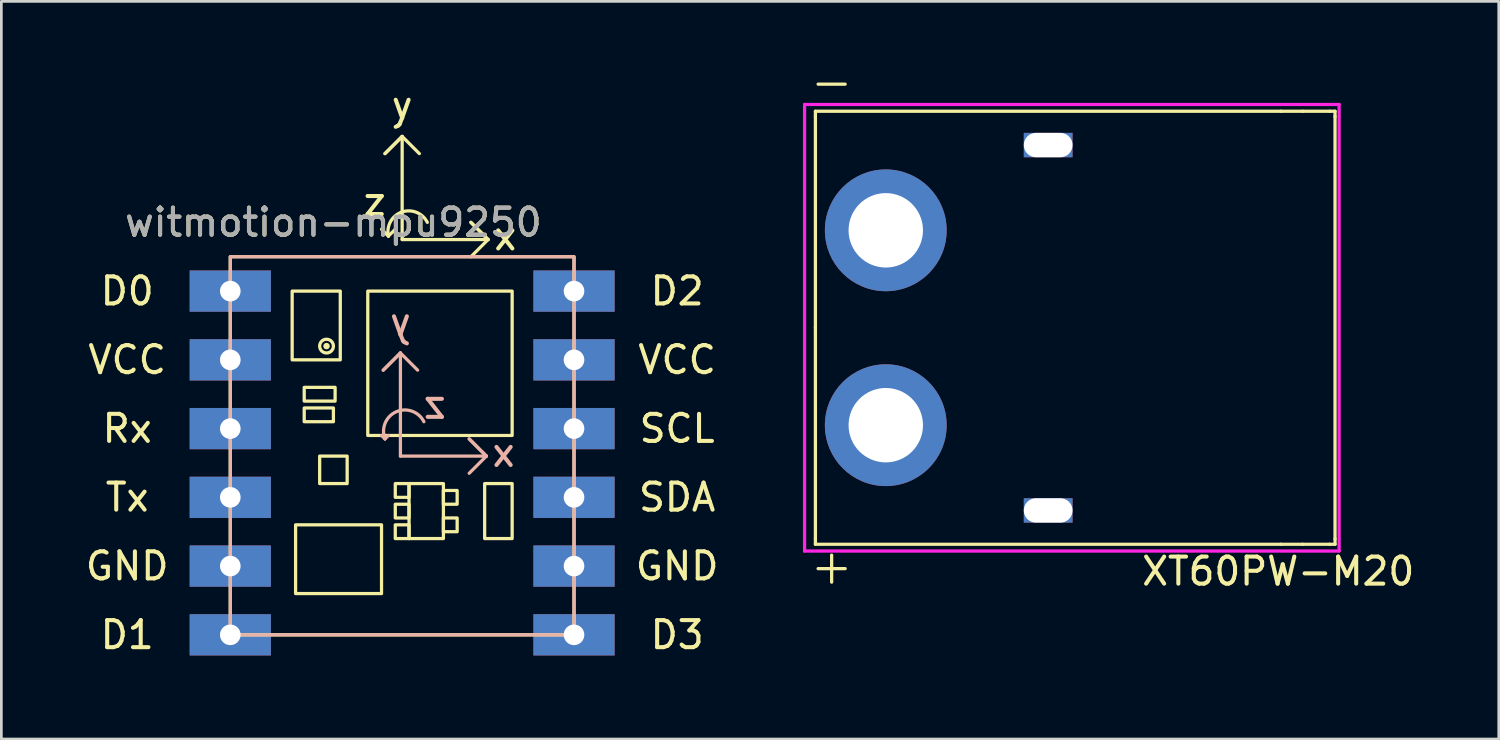
<source format=kicad_pcb>
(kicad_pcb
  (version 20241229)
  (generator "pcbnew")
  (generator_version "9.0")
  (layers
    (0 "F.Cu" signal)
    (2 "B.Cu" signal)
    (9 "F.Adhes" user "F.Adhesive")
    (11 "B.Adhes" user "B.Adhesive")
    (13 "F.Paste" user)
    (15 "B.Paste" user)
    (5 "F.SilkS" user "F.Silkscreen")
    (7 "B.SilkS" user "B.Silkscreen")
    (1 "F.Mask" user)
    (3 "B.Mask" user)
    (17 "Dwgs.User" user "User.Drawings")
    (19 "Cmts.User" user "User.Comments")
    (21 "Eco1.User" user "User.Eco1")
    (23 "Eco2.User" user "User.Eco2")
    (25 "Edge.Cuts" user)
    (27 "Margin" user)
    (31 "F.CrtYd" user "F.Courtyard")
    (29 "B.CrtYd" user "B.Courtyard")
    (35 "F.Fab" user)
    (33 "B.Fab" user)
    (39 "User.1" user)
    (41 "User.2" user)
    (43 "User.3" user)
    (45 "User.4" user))
  (footprint "XT60PW-M20"
    (layer "F.Cu")
    (at 35.678 9.06)
    (property "Reference" "XT60PW-M20" (at 8.5 9 0) (layer "F.SilkS") (effects (font (size 1 1) (thickness 0.15))))
    (attr through_hole)
    (fp_line (start -8.6 -8) (end -8.6 -7.8) (stroke (width 0.12) (type solid)) (layer "F.SilkS"))
    (fp_line (start -8.6 -8) (end 8.6 -8) (stroke (width 0.12) (type solid)) (layer "F.SilkS"))
    (fp_line (start -8.6 0) (end -8.6 -7.8) (stroke (width 0.12) (type solid)) (layer "F.SilkS"))
    (fp_line (start -8.6 7.8) (end -8.6 0) (stroke (width 0.12) (type solid)) (layer "F.SilkS"))
    (fp_line (start -8.6 7.8) (end -8.6 8) (stroke (width 0.12) (type solid)) (layer "F.SilkS"))
    (fp_line (start -8.5 -9) (end -7.5 -9) (stroke (width 0.12) (type solid)) (layer "F.SilkS"))
    (fp_line (start -8.5 8.9) (end -7.5 8.9) (stroke (width 0.12) (type solid)) (layer "F.SilkS"))
    (fp_line (start -8 8.4) (end -8 9.4) (stroke (width 0.12) (type solid)) (layer "F.SilkS"))
    (fp_line (start 8.6 8) (end -8.6 8) (stroke (width 0.12) (type solid)) (layer "F.SilkS"))
    (fp_line (start 9.4 -8) (end 8.6 -8) (stroke (width 0.12) (type solid)) (layer "F.SilkS"))
    (fp_line (start 9.4 8) (end 8.6 8) (stroke (width 0.12) (type solid)) (layer "F.SilkS"))
    (fp_line (start 10.4 -8) (end 9.4 -8) (stroke (width 0.12) (type solid)) (layer "F.SilkS"))
    (fp_line (start 10.4 8) (end 9.4 8) (stroke (width 0.12) (type solid)) (layer "F.SilkS"))
    (fp_line (start 10.6 -8) (end 10.4 -8) (stroke (width 0.12) (type solid)) (layer "F.SilkS"))
    (fp_line (start 10.6 -8) (end 10.6 -7.8) (stroke (width 0.12) (type solid)) (layer "F.SilkS"))
    (fp_line (start 10.6 -7.8) (end 10.6 7.8) (stroke (width 0.12) (type solid)) (layer "F.SilkS"))
    (fp_line (start 10.6 7.8) (end 10.6 8) (stroke (width 0.12) (type solid)) (layer "F.SilkS"))
    (fp_line (start 10.6 8) (end 10.4 8) (stroke (width 0.12) (type solid)) (layer "F.SilkS"))
    (fp_line (start -9 -8.25) (end -9 8.25) (stroke (width 0.12) (type solid)) (layer "F.CrtYd"))
    (fp_line (start -9 8.25) (end 10.75 8.25) (stroke (width 0.12) (type solid)) (layer "F.CrtYd"))
    (fp_line (start 10.75 -8.25) (end -9 -8.25) (stroke (width 0.12) (type solid)) (layer "F.CrtYd"))
    (fp_line (start 10.75 8.25) (end 10.75 -8.25) (stroke (width 0.12) (type solid)) (layer "F.CrtYd"))
    (pad "" np_thru_hole rect (at 0 -6.75 90) (size 0.9 1.8) (drill oval 0.9 1.8) (layers "*.Cu" "*.Mask"))
    (pad "" np_thru_hole rect (at 0 6.75 90) (size 0.9 1.8) (drill oval 0.9 1.8) (layers "*.Cu" "*.Mask"))
    (pad "1" thru_hole circle (at -6 -3.6) (size 4.5 4.5) (drill 2.75) (layers "*.Cu" "*.Mask"))
    (pad "2" thru_hole circle (at -6 3.6) (size 4.5 4.5) (drill 2.75) (layers "*.Cu" "*.Mask")))
  (footprint "witmotion-mpu9250"
    (layer "F.Cu")
    (at 11.809 13.802)
    (property "Reference" "witmotion-mpu9250" (at -2.54 -8.636 0) (unlocked yes) (layer "F.SilkS") (effects (font (size 1 1) (thickness 0.15))))
    (attr through_hole)
    (fp_line (start -0.635 -11.176) (end 0 -11.811) (stroke (width 0.12) (type solid)) (layer "F.SilkS"))
    (fp_line (start -0.508 -8.128) (end -0.762 -8.382) (stroke (width 0.12) (type solid)) (layer "F.SilkS"))
    (fp_line (start -0.508 -8.128) (end -0.254 -8.382) (stroke (width 0.12) (type solid)) (layer "F.SilkS"))
    (fp_line (start 0 -11.811) (end -0.635 -11.176) (stroke (width 0.12) (type solid)) (layer "F.SilkS"))
    (fp_line (start 0 -11.811) (end 0 -8.001) (stroke (width 0.12) (type solid)) (layer "F.SilkS"))
    (fp_line (start 0 -11.811) (end 0.635 -11.176) (stroke (width 0.12) (type solid)) (layer "F.SilkS"))
    (fp_line (start 0 -8.001) (end 3.175 -8.001) (stroke (width 0.12) (type solid)) (layer "F.SilkS"))
    (fp_line (start 2.54 -8.636) (end 3.175 -8.001) (stroke (width 0.12) (type solid)) (layer "F.SilkS"))
    (fp_line (start 3.175 -8.001) (end 2.54 -8.636) (stroke (width 0.12) (type solid)) (layer "F.SilkS"))
    (fp_line (start 3.175 -8.001) (end 2.54 -7.366) (stroke (width 0.12) (type solid)) (layer "F.SilkS"))
    (fp_rect (start -6.35 -7.366) (end 6.35 6.604) (stroke (width 0.12) (type solid)) (fill no) (layer "F.SilkS"))
    (fp_rect (start -4.064 -6.096) (end -2.286 -3.556) (stroke (width 0.12) (type solid)) (fill no) (layer "F.SilkS"))
    (fp_rect (start -3.937 2.54) (end -0.762 5.08) (stroke (width 0.12) (type solid)) (fill no) (layer "F.SilkS"))
    (fp_rect (start -3.619 -2.54) (end -2.477 -2.032) (stroke (width 0.12) (type solid)) (fill no) (layer "F.SilkS"))
    (fp_rect (start -3.619 -1.778) (end -2.54 -1.27) (stroke (width 0.12) (type solid)) (fill no) (layer "F.SilkS"))
    (fp_rect (start -3.048 0) (end -2.032 1.016) (stroke (width 0.12) (type solid)) (fill no) (layer "F.SilkS"))
    (fp_rect (start -1.27 -6.096) (end 4.064 -0.762) (stroke (width 0.12) (type solid)) (fill no) (layer "F.SilkS"))
    (fp_rect (start 0.254 1.016) (end -0.254 1.524) (stroke (width 0.12) (type solid)) (fill no) (layer "F.SilkS"))
    (fp_rect (start 0.254 1.016) (end 1.524 3.048) (stroke (width 0.12) (type solid)) (fill no) (layer "F.SilkS"))
    (fp_rect (start 0.254 1.778) (end -0.254 2.286) (stroke (width 0.12) (type solid)) (fill no) (layer "F.SilkS"))
    (fp_rect (start 0.254 2.54) (end -0.254 3.048) (stroke (width 0.12) (type solid)) (fill no) (layer "F.SilkS"))
    (fp_rect (start 1.524 1.27) (end 2.032 1.778) (stroke (width 0.12) (type solid)) (fill no) (layer "F.SilkS"))
    (fp_rect (start 1.524 2.286) (end 2.032 2.794) (stroke (width 0.12) (type solid)) (fill no) (layer "F.SilkS"))
    (fp_rect (start 3.048 1.016) (end 4.064 3.048) (stroke (width 0.12) (type solid)) (fill no) (layer "F.SilkS"))
    (fp_arc (start -0.508 -8.128) (mid -0.013173 -9.01697) (end 0.930218 -8.636) (stroke (width 0.12) (type solid)) (layer "F.SilkS"))
    (fp_circle (center -2.794 -4.064) (end -3.048 -4.064) (stroke (width 0.12) (type solid)) (fill no) (layer "F.SilkS"))
    (fp_circle (center -2.794 -4.064) (end -2.794 -4.064) (stroke (width 0.12) (type solid)) (fill no) (layer "F.SilkS"))
    (fp_line (start -0.699 -3.175) (end -0.064 -3.81) (stroke (width 0.12) (type solid)) (layer "B.SilkS"))
    (fp_line (start -0.635 -0.635) (end -0.762 -0.762) (stroke (width 0.12) (type solid)) (layer "B.SilkS"))
    (fp_line (start -0.635 -0.635) (end -0.508 -0.762) (stroke (width 0.12) (type solid)) (layer "B.SilkS"))
    (fp_line (start -0.064 -3.81) (end -0.699 -3.175) (stroke (width 0.12) (type solid)) (layer "B.SilkS"))
    (fp_line (start -0.064 -3.81) (end -0.064 0) (stroke (width 0.12) (type solid)) (layer "B.SilkS"))
    (fp_line (start -0.064 -3.81) (end 0.572 -3.175) (stroke (width 0.12) (type solid)) (layer "B.SilkS"))
    (fp_line (start -0.064 0) (end 3.111 0) (stroke (width 0.12) (type solid)) (layer "B.SilkS"))
    (fp_line (start 2.477 -0.635) (end 3.111 0) (stroke (width 0.12) (type solid)) (layer "B.SilkS"))
    (fp_line (start 3.111 0) (end 2.477 -0.635) (stroke (width 0.12) (type solid)) (layer "B.SilkS"))
    (fp_line (start 3.111 0) (end 2.477 0.635) (stroke (width 0.12) (type solid)) (layer "B.SilkS"))
    (fp_rect (start -6.35 -7.366) (end 6.35 6.604) (stroke (width 0.12) (type solid)) (fill no) (layer "B.SilkS"))
    (fp_arc (start -0.635 -0.635) (mid -0.218545 -1.637983) (end 0.803218 -1.27) (stroke (width 0.12) (type solid)) (layer "B.SilkS"))
    (fp_text user "VCC" (at -10.16 -3.556 0) (unlocked yes) (layer "F.SilkS") (effects (font (size 1 1) (thickness 0.15))))
    (fp_text user "D1" (at -10.16 6.604 0) (unlocked yes) (layer "F.SilkS") (effects (font (size 1 1) (thickness 0.15))))
    (fp_text user "GND" (at 10.16 4.064 0) (unlocked yes) (layer "F.SilkS") (effects (font (size 1 1) (thickness 0.15))))
    (fp_text user "VCC" (at 10.16 -3.556 0) (unlocked yes) (layer "F.SilkS") (effects (font (size 1 1) (thickness 0.15))))
    (fp_text user "SCL" (at 10.16 -1.016 0) (unlocked yes) (layer "F.SilkS") (effects (font (size 1 1) (thickness 0.15))))
    (fp_text user "y" (at 0 -12.954 0) (unlocked yes) (layer "F.SilkS") (effects (font (size 1 1) (thickness 0.15))))
    (fp_text user "SDA" (at 10.16 1.524 0) (unlocked yes) (layer "F.SilkS") (effects (font (size 1 1) (thickness 0.15))))
    (fp_text user "D2" (at 10.16 -6.096 0) (unlocked yes) (layer "F.SilkS") (effects (font (size 1 1) (thickness 0.15))))
    (fp_text user "x" (at 3.81 -8.128 0) (unlocked yes) (layer "F.SilkS") (effects (font (size 1 1) (thickness 0.15))))
    (fp_text user "Tx" (at -10.16 1.524 0) (unlocked yes) (layer "F.SilkS") (effects (font (size 1 1) (thickness 0.15))))
    (fp_text user "D0" (at -10.16 -6.096 0) (unlocked yes) (layer "F.SilkS") (effects (font (size 1 1) (thickness 0.15))))
    (fp_text user "z" (at -1.016 -9.398 0) (unlocked yes) (layer "F.SilkS") (effects (font (size 1 1) (thickness 0.15))))
    (fp_text user "D3" (at 10.16 6.604 0) (unlocked yes) (layer "F.SilkS") (effects (font (size 1 1) (thickness 0.15))))
    (fp_text user "Rx" (at -10.16 -1.016 0) (unlocked yes) (layer "F.SilkS") (effects (font (size 1 1) (thickness 0.15))))
    (fp_text user "GND" (at -10.16 4.064 0) (unlocked yes) (layer "F.SilkS") (effects (font (size 1 1) (thickness 0.15))))
    (fp_text user "z" (at 1.206 -1.905 0) (unlocked yes) (layer "B.SilkS") (effects (font (size 1 1) (thickness 0.15)) (justify mirror)))
    (fp_text user "y" (at -0.064 -4.953 0) (unlocked yes) (layer "B.SilkS") (effects (font (size 1 1) (thickness 0.15)) (justify mirror)))
    (fp_text user "x" (at 3.747 -0.127 0) (unlocked yes) (layer "B.SilkS") (effects (font (size 1 1) (thickness 0.15)) (justify mirror)))
    (fp_text user "${REFERENCE}" (at -2.54 -8.636 0) (unlocked yes) (layer "F.Fab") (effects (font (size 1 1) (thickness 0.15))))
    (pad "0" thru_hole rect (at -6.35 -6.096) (size 3 1.524) (drill 0.762) (layers "*.Cu" "*.Mask"))
    (pad "1" thru_hole rect (at -6.35 -3.556) (size 3 1.524) (drill 0.762) (layers "*.Cu" "*.Mask"))
    (pad "2" thru_hole rect (at -6.35 -1.016) (size 3 1.524) (drill 0.762) (layers "*.Cu" "*.Mask"))
    (pad "3" thru_hole rect (at -6.35 1.524) (size 3 1.524) (drill 0.762) (layers "*.Cu" "*.Mask"))
    (pad "4" thru_hole rect (at -6.35 4.064) (size 3 1.524) (drill 0.762) (layers "*.Cu" "*.Mask"))
    (pad "5" thru_hole rect (at -6.35 6.604) (size 3 1.524) (drill 0.762) (layers "*.Cu" "*.Mask"))
    (pad "6" thru_hole rect (at 6.35 -6.096) (size 3 1.524) (drill 0.762) (layers "*.Cu" "*.Mask"))
    (pad "7" thru_hole rect (at 6.35 -3.556) (size 3 1.524) (drill 0.762) (layers "*.Cu" "*.Mask"))
    (pad "8" thru_hole rect (at 6.35 -1.016) (size 3 1.524) (drill 0.762) (layers "*.Cu" "*.Mask"))
    (pad "9" thru_hole rect (at 6.35 1.524) (size 3 1.524) (drill 0.762) (layers "*.Cu" "*.Mask"))
    (pad "10" thru_hole rect (at 6.35 4.064) (size 3 1.524) (drill 0.762) (layers "*.Cu" "*.Mask"))
    (pad "11" thru_hole rect (at 6.35 6.604) (size 3 1.524) (drill 0.762) (layers "*.Cu" "*.Mask")))
  (gr_rect
    (start -3 -3)
    (end 52.326 24.255)
    (stroke (width 0.1) (type default))
    (fill no)
    (layer "Edge.Cuts")))
</source>
